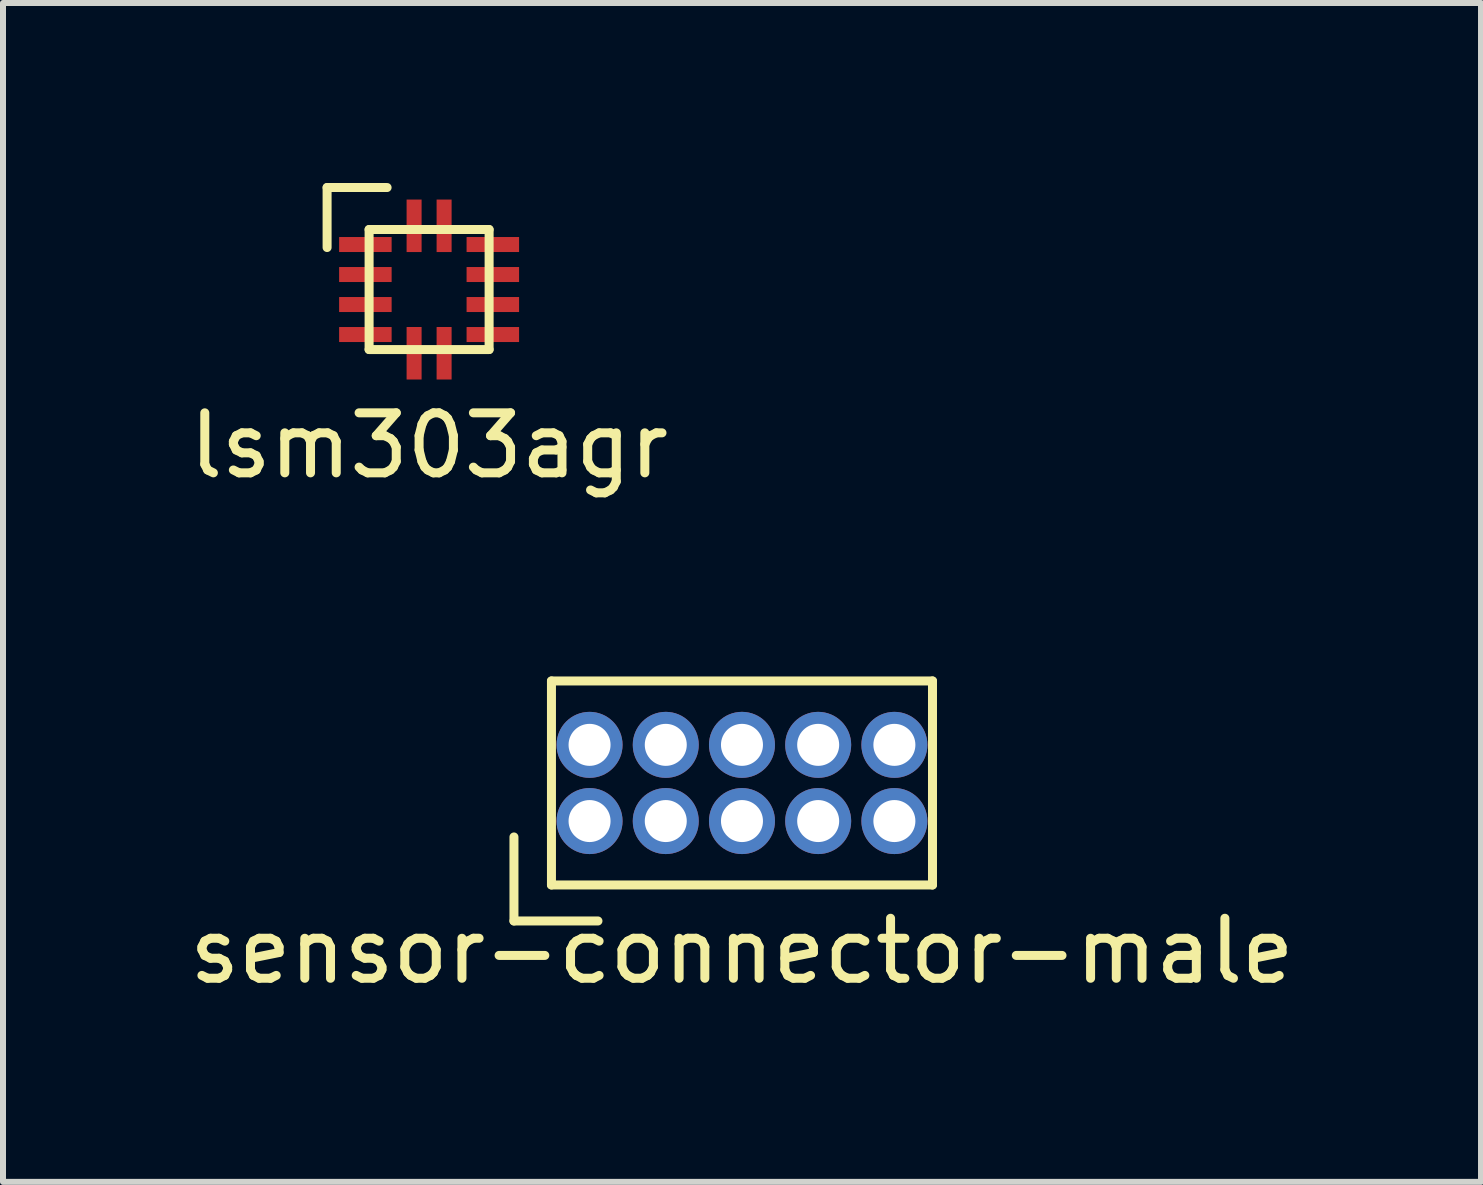
<source format=kicad_pcb>
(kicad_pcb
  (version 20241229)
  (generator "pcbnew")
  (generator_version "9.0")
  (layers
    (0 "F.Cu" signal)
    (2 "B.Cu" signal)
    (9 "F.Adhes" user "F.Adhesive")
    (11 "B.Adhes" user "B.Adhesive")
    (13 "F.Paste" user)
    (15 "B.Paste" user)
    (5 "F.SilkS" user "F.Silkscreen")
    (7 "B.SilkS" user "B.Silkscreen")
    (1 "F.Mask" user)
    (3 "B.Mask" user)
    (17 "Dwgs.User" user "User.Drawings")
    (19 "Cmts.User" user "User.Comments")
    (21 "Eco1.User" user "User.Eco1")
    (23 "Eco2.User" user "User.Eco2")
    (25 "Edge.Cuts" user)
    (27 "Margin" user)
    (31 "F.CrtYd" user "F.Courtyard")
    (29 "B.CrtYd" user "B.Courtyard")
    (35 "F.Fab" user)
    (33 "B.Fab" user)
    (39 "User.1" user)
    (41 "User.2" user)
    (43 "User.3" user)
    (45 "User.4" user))
  (footprint "sensor-connector-male"
    (layer "F.Cu")
    (at 9.315 9.998)
    (property "Reference" "sensor-connector-male" (at 0 2.8 0) (layer "F.SilkS") (effects (font (size 1 1) (thickness 0.15))))
    (attr through_hole)
    (fp_line (start -3.8 2.3) (end -3.8 0.9) (stroke (width 0.15) (type solid)) (layer "F.SilkS"))
    (fp_line (start -3.8 2.3) (end -2.4 2.3) (stroke (width 0.15) (type solid)) (layer "F.SilkS"))
    (fp_line (start -3.175 -1.7) (end -3.175 1.7) (stroke (width 0.15) (type solid)) (layer "F.SilkS"))
    (fp_line (start -3.175 -1.7) (end 3.175 -1.7) (stroke (width 0.15) (type solid)) (layer "F.SilkS"))
    (fp_line (start -3.175 1.7) (end 3.175 1.7) (stroke (width 0.15) (type solid)) (layer "F.SilkS"))
    (fp_line (start 3.175 -1.7) (end 3.175 1.7) (stroke (width 0.15) (type solid)) (layer "F.SilkS"))
    (pad "1" thru_hole circle (at -2.54 0.635) (size 1.1 1.1) (drill 0.7) (layers "*.Cu" "*.Mask"))
    (pad "2" thru_hole circle (at -2.54 -0.635) (size 1.1 1.1) (drill 0.7) (layers "*.Cu" "*.Mask"))
    (pad "3" thru_hole circle (at -1.27 0.635) (size 1.1 1.1) (drill 0.7) (layers "*.Cu" "*.Mask"))
    (pad "4" thru_hole circle (at -1.27 -0.635) (size 1.1 1.1) (drill 0.7) (layers "*.Cu" "*.Mask"))
    (pad "5" thru_hole circle (at 0 0.635) (size 1.1 1.1) (drill 0.7) (layers "*.Cu" "*.Mask"))
    (pad "6" thru_hole circle (at 0 -0.635) (size 1.1 1.1) (drill 0.7) (layers "*.Cu" "*.Mask"))
    (pad "7" thru_hole circle (at 1.27 0.635) (size 1.1 1.1) (drill 0.7) (layers "*.Cu" "*.Mask"))
    (pad "8" thru_hole circle (at 1.27 -0.635) (size 1.1 1.1) (drill 0.7) (layers "*.Cu" "*.Mask"))
    (pad "9" thru_hole circle (at 2.54 0.635) (size 1.1 1.1) (drill 0.7) (layers "*.Cu" "*.Mask"))
    (pad "10" thru_hole circle (at 2.54 -0.635) (size 1.1 1.1) (drill 0.7) (layers "*.Cu" "*.Mask")))
  (footprint "lsm303agr"
    (layer "F.Cu")
    (at 4.101 1.775)
    (property "Reference" "lsm303agr" (at 0 2.6 0) (layer "F.SilkS") (effects (font (size 1 1) (thickness 0.15))))
    (attr through_hole)
    (fp_line (start -1.7 -1.7) (end -1.7 -0.7) (stroke (width 0.15) (type solid)) (layer "F.SilkS"))
    (fp_line (start -1.7 -1.7) (end -0.7 -1.7) (stroke (width 0.15) (type solid)) (layer "F.SilkS"))
    (fp_line (start -1 -1) (end 1 -1) (stroke (width 0.15) (type solid)) (layer "F.SilkS"))
    (fp_line (start -1 1) (end -1 -1) (stroke (width 0.15) (type solid)) (layer "F.SilkS"))
    (fp_line (start 1 -1) (end 1 1) (stroke (width 0.15) (type solid)) (layer "F.SilkS"))
    (fp_line (start 1 1) (end -1 1) (stroke (width 0.15) (type solid)) (layer "F.SilkS"))
    (pad "1" smd rect (at -1.062 -0.75) (size 0.875 0.25) (layers "F.Cu" "F.Mask" "F.Paste"))
    (pad "2" smd rect (at -1.062 -0.25) (size 0.875 0.25) (layers "F.Cu" "F.Mask" "F.Paste"))
    (pad "3" smd rect (at -1.062 0.25) (size 0.875 0.25) (layers "F.Cu" "F.Mask" "F.Paste"))
    (pad "4" smd rect (at -1.062 0.75) (size 0.875 0.25) (layers "F.Cu" "F.Mask" "F.Paste"))
    (pad "5" smd rect (at -0.25 1.062) (size 0.25 0.875) (layers "F.Cu" "F.Mask" "F.Paste"))
    (pad "6" smd rect (at 0.25 1.062) (size 0.25 0.875) (layers "F.Cu" "F.Mask" "F.Paste"))
    (pad "7" smd rect (at 1.062 0.75) (size 0.875 0.25) (layers "F.Cu" "F.Mask" "F.Paste"))
    (pad "8" smd rect (at 1.062 0.25) (size 0.875 0.25) (layers "F.Cu" "F.Mask" "F.Paste"))
    (pad "9" smd rect (at 1.062 -0.25) (size 0.875 0.25) (layers "F.Cu" "F.Mask" "F.Paste"))
    (pad "10" smd rect (at 1.062 -0.75) (size 0.875 0.25) (layers "F.Cu" "F.Mask" "F.Paste"))
    (pad "11" smd rect (at 0.25 -1.062) (size 0.25 0.875) (layers "F.Cu" "F.Mask" "F.Paste"))
    (pad "12" smd rect (at -0.25 -1.062) (size 0.25 0.875) (layers "F.Cu" "F.Mask" "F.Paste")))
  (gr_rect
    (start -3 -3)
    (end 21.631 16.646)
    (stroke (width 0.1) (type default))
    (fill no)
    (layer "Edge.Cuts")))
</source>
